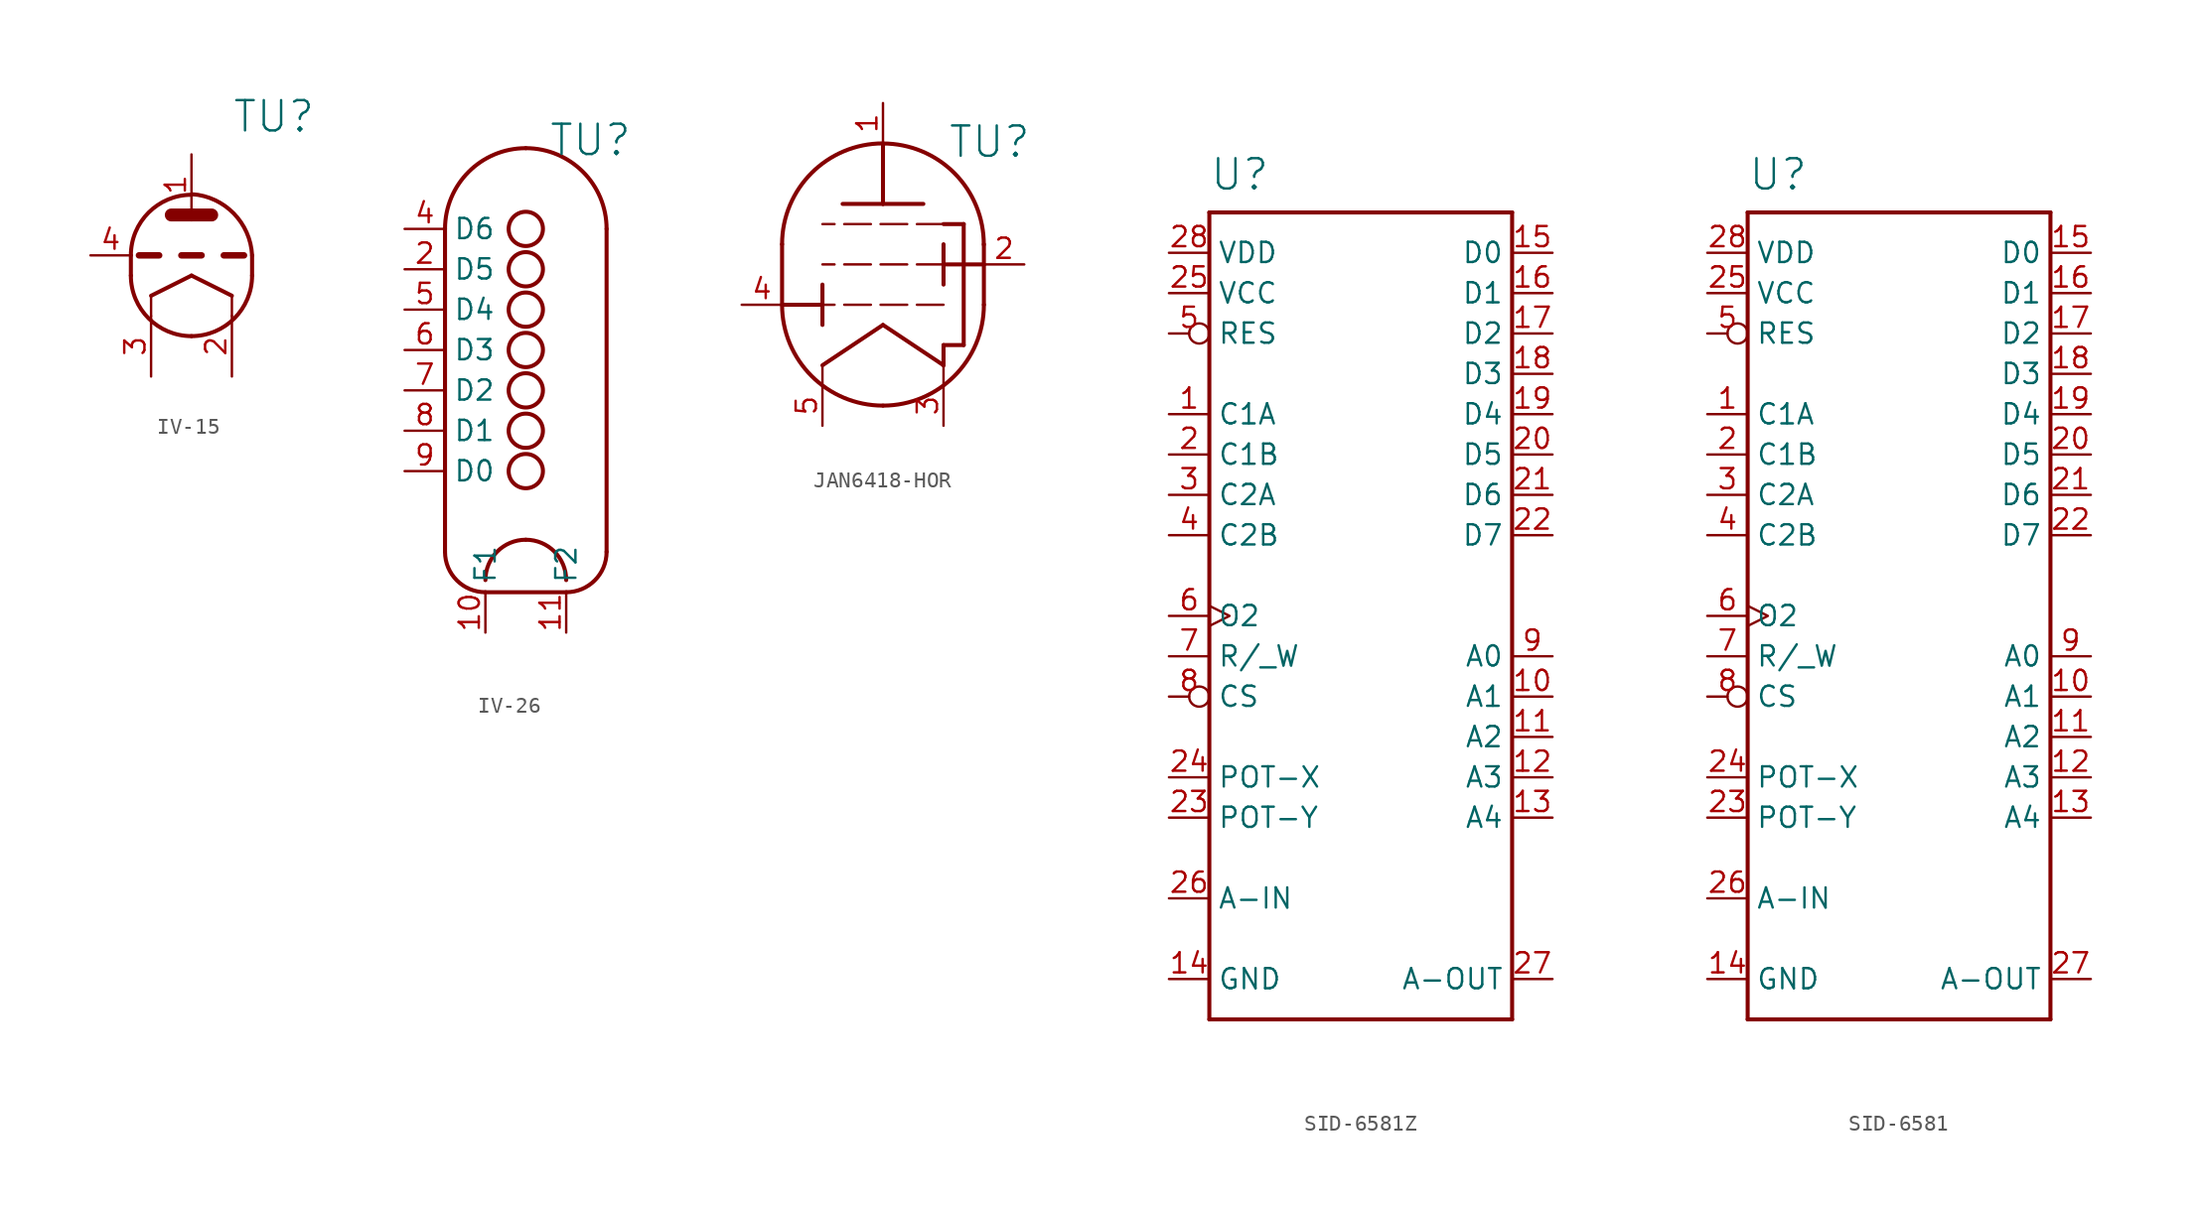
<source format=kicad_sym>
(kicad_symbol_lib
  (version 20231120)
  (generator "kicad_symbol_editor")
  (generator_version "8.0")
  (symbol "IV-15"
    (pin_names hide)
    (property "Reference" "TU"
      (at 2.54 7.62 0)
      (effects (font (size 1.905 1.905)) (justify left bottom)))
    (symbol "IV-15_0_1"
      (polyline (pts (xy -2.54 -2.54) (xy -2.54 -3.81)) (stroke (width 0) (type default)) (fill (type none)))
      (polyline (pts (xy 2.54 -3.81) (xy 2.54 -2.54)) (stroke (width 0) (type default)) (fill (type none))))
    (symbol "IV-15_1_0"
      (arc (start -3.81 -1.27) (mid -2.6941 -3.9641) (end 0 -5.08) (stroke (width 0.254) (type solid)) (fill (type none)))
      (arc (start 0 -5.08) (mid 2.6941 -3.9641) (end 3.81 -1.27) (stroke (width 0.254) (type solid)) (fill (type none)))
      (polyline (pts (xy -3.81 0) (xy -3.81 -1.27)) (stroke (width 0.254) (type solid)) (fill (type none)))
      (polyline (pts (xy -3.302 0) (xy -2.032 0)) (stroke (width 0.406) (type solid)) (fill (type none)))
      (polyline (pts (xy -2.54 -2.54) (xy 0 -1.27)) (stroke (width 0.254) (type solid)) (fill (type none)))
      (polyline (pts (xy -1.27 2.54) (xy 0 2.54)) (stroke (width 0.813) (type solid)) (fill (type none)))
      (polyline (pts (xy -0.635 0) (xy 0.635 0)) (stroke (width 0.406) (type solid)) (fill (type none)))
      (polyline (pts (xy 0 -1.27) (xy 2.54 -2.54)) (stroke (width 0.254) (type solid)) (fill (type none)))
      (polyline (pts (xy 0 2.54) (xy 1.27 2.54)) (stroke (width 0.813) (type solid)) (fill (type none)))
      (polyline (pts (xy 2.032 0) (xy 3.302 0)) (stroke (width 0.406) (type solid)) (fill (type none)))
      (polyline (pts (xy 3.81 -1.27) (xy 3.81 0)) (stroke (width 0.254) (type solid)) (fill (type none)))
      (arc (start 0 3.81) (mid -2.6941 2.6941) (end -3.81 0) (stroke (width 0.254) (type solid)) (fill (type none)))
      (arc (start 3.81 0) (mid 2.6538 2.6392) (end 0.0385 3.8485) (stroke (width 0.254) (type solid)) (fill (type none)))
      (pin bidirectional line (at 0 6.35 270) (length 3.81) (name "A" (effects (font (size 1.27 1.27)))) (number "1" (effects (font (size 1.27 1.27)))))
      (pin power_in line (at 2.54 -7.62 90) (length 3.81) (name "F1" (effects (font (size 1.27 1.27)))) (number "2" (effects (font (size 1.27 1.27)))))
      (pin power_in line (at -2.54 -7.62 90) (length 3.81) (name "F2" (effects (font (size 1.27 1.27)))) (number "3" (effects (font (size 1.27 1.27)))))
      (pin input line (at -6.35 0 0) (length 2.54) (name "G" (effects (font (size 1.27 1.27)))) (number "4" (effects (font (size 1.27 1.27)))))))
  (symbol "IV-26"
    (property "Reference" "TU"
      (at 4.064 23.368 0)
      (effects (font (size 1.905 1.905))))
    (symbol "IV-26_1_0"
      (arc (start -5.08 -2.54) (mid -4.3361 -4.3361) (end -2.54 -5.08) (stroke (width 0.254) (type solid)) (fill (type none)))
      (arc (start 0 -1.778) (mid -1.7961 -2.5219) (end -2.54 -4.318) (stroke (width 0.254) (type solid)) (fill (type none)))
      (polyline (pts (xy -5.08 -2.54) (xy -5.08 17.78)) (stroke (width 0.254) (type solid)) (fill (type none)))
      (polyline (pts (xy 2.54 -5.08) (xy -2.54 -5.08)) (stroke (width 0.254) (type solid)) (fill (type none)))
      (polyline (pts (xy 5.08 17.78) (xy 5.08 -2.54)) (stroke (width 0.254) (type solid)) (fill (type none)))
      (circle (center 0 2.54) (radius 1.078) (stroke (width 0.254) (type solid)) (fill (type none)))
      (circle (center 0 5.08) (radius 1.078) (stroke (width 0.254) (type solid)) (fill (type none)))
      (circle (center 0 7.62) (radius 1.078) (stroke (width 0.254) (type solid)) (fill (type none)))
      (circle (center 0 10.16) (radius 1.078) (stroke (width 0.254) (type solid)) (fill (type none)))
      (circle (center 0 12.7) (radius 1.078) (stroke (width 0.254) (type solid)) (fill (type none)))
      (circle (center 0 15.24) (radius 1.078) (stroke (width 0.254) (type solid)) (fill (type none)))
      (circle (center 0 17.78) (radius 1.078) (stroke (width 0.254) (type solid)) (fill (type none)))
      (arc (start 0 22.86) (mid -3.5921 21.3721) (end -5.08 17.78) (stroke (width 0.254) (type solid)) (fill (type none)))
      (arc (start 2.54 -5.08) (mid 4.3361 -4.3361) (end 5.08 -2.54) (stroke (width 0.254) (type solid)) (fill (type none)))
      (arc (start 2.54 -4.318) (mid 1.7961 -2.5219) (end 0 -1.778) (stroke (width 0.254) (type solid)) (fill (type none)))
      (arc (start 5.08 17.78) (mid 3.5921 21.3721) (end 0 22.86) (stroke (width 0.254) (type solid)) (fill (type none)))
      (pin power_in line (at -2.54 -7.62 90) (length 2.54) (name "F1" (effects (font (size 1.27 1.27)))) (number "10" (effects (font (size 1.27 1.27)))))
      (pin power_in line (at 2.54 -7.62 90) (length 2.54) (name "F2" (effects (font (size 1.27 1.27)))) (number "11" (effects (font (size 1.27 1.27)))))
      (pin input line (at -7.62 15.24 0) (length 2.54) (name "D5" (effects (font (size 1.27 1.27)))) (number "2" (effects (font (size 1.27 1.27)))))
      (pin input line (at -7.62 17.78 0) (length 2.54) (name "D6" (effects (font (size 1.27 1.27)))) (number "4" (effects (font (size 1.27 1.27)))))
      (pin input line (at -7.62 12.7 0) (length 2.54) (name "D4" (effects (font (size 1.27 1.27)))) (number "5" (effects (font (size 1.27 1.27)))))
      (pin input line (at -7.62 10.16 0) (length 2.54) (name "D3" (effects (font (size 1.27 1.27)))) (number "6" (effects (font (size 1.27 1.27)))))
      (pin input line (at -7.62 7.62 0) (length 2.54) (name "D2" (effects (font (size 1.27 1.27)))) (number "7" (effects (font (size 1.27 1.27)))))
      (pin input line (at -7.62 5.08 0) (length 2.54) (name "D1" (effects (font (size 1.27 1.27)))) (number "8" (effects (font (size 1.27 1.27)))))
      (pin input line (at -7.62 2.54 0) (length 2.54) (name "D0" (effects (font (size 1.27 1.27)))) (number "9" (effects (font (size 1.27 1.27)))))))
  (symbol "JAN6418-HOR"
    (pin_names hide)
    (property "Reference" "TU"
      (at 4.064 6.604 0)
      (effects (font (size 1.905 1.905)) (justify left bottom)))
    (symbol "JAN6418-HOR_0_1"
      (polyline (pts (xy -3.81 -6.35) (xy -3.81 -7.62)) (stroke (width 0) (type default)) (fill (type none)))
      (polyline (pts (xy 3.81 -6.35) (xy 3.81 -7.62)) (stroke (width 0) (type default)) (fill (type none)))
      (polyline (pts (xy 3.81 -2.54) (xy -3.81 -2.54)) (stroke (width 0) (type dash)) (fill (type none)))
      (polyline (pts (xy 3.81 0) (xy -3.81 0)) (stroke (width 0) (type dash)) (fill (type none)))
      (polyline (pts (xy 3.81 2.54) (xy -3.81 2.54)) (stroke (width 0) (type dash)) (fill (type none))))
    (symbol "JAN6418-HOR_1_0"
      (arc (start -6.35 -2.54) (mid -4.4901 -7.0301) (end 0 -8.89) (stroke (width 0.254) (type solid)) (fill (type none)))
      (arc (start 0 -8.89) (mid 4.4901 -7.0301) (end 6.35 -2.54) (stroke (width 0.254) (type solid)) (fill (type none)))
      (polyline (pts (xy -6.35 -2.54) (xy -6.35 1.27)) (stroke (width 0.254) (type solid)) (fill (type none)))
      (polyline (pts (xy -3.81 -6.35) (xy 0 -3.81)) (stroke (width 0.254) (type solid)) (fill (type none)))
      (polyline (pts (xy -3.81 -2.54) (xy -6.35 -2.54)) (stroke (width 0.254) (type solid)) (fill (type none)))
      (polyline (pts (xy -3.81 -1.27) (xy -3.81 -3.81)) (stroke (width 0.254) (type solid)) (fill (type none)))
      (polyline (pts (xy -2.54 3.81) (xy 0 3.81)) (stroke (width 0.254) (type solid)) (fill (type none)))
      (polyline (pts (xy 0 -3.81) (xy 3.81 -6.35)) (stroke (width 0.254) (type solid)) (fill (type none)))
      (polyline (pts (xy 0 3.81) (xy 0 7.62)) (stroke (width 0.254) (type solid)) (fill (type none)))
      (polyline (pts (xy 0 3.81) (xy 2.54 3.81)) (stroke (width 0.254) (type solid)) (fill (type none)))
      (polyline (pts (xy 3.81 -6.35) (xy 3.81 -5.08)) (stroke (width 0.254) (type solid)) (fill (type none)))
      (polyline (pts (xy 3.81 1.27) (xy 3.81 -1.27)) (stroke (width 0.254) (type solid)) (fill (type none)))
      (polyline (pts (xy 5.08 -5.08) (xy 3.81 -5.08)) (stroke (width 0.254) (type solid)) (fill (type none)))
      (polyline (pts (xy 5.08 -5.08) (xy 5.08 2.54)) (stroke (width 0.254) (type solid)) (fill (type none)))
      (polyline (pts (xy 5.08 2.54) (xy 3.81 2.54)) (stroke (width 0.254) (type solid)) (fill (type none)))
      (polyline (pts (xy 6.35 0) (xy 3.81 0)) (stroke (width 0.254) (type solid)) (fill (type none)))
      (polyline (pts (xy 6.35 0) (xy 6.35 -2.54)) (stroke (width 0.254) (type solid)) (fill (type none)))
      (polyline (pts (xy 6.35 1.27) (xy 6.35 0)) (stroke (width 0.254) (type solid)) (fill (type none)))
      (arc (start 0 7.62) (mid -4.4901 5.7601) (end -6.35 1.27) (stroke (width 0.254) (type solid)) (fill (type none)))
      (arc (start 6.344 1.2463) (mid 4.4964 5.7454) (end 0.0059 7.6141) (stroke (width 0.254) (type solid)) (fill (type none)))
      (pin bidirectional line (at 0 10.16 270) (length 2.54) (name "ANO" (effects (font (size 0 0)))) (number "1" (effects (font (size 1.27 1.27)))))
      (pin bidirectional line (at 8.89 0 180) (length 2.54) (name "GR2" (effects (font (size 0 0)))) (number "2" (effects (font (size 1.27 1.27)))))
      (pin bidirectional line (at 3.81 -10.16 90) (length 2.54) (name "FIL1" (effects (font (size 0 0)))) (number "3" (effects (font (size 1.27 1.27)))))
      (pin bidirectional line (at -8.89 -2.54 0) (length 2.54) (name "GR1" (effects (font (size 0 0)))) (number "4" (effects (font (size 1.27 1.27)))))
      (pin bidirectional line (at -3.81 -10.16 90) (length 2.54) (name "FIL2" (effects (font (size 0 0)))) (number "5" (effects (font (size 1.27 1.27)))))))
  (symbol "SID-6581Z"
    (property "Reference" "U"
      (at -10.16 25.4 0)
      (effects (font (size 1.905 1.905)) (justify left bottom)))
    (symbol "SID-6581Z_1_0"
      (polyline (pts (xy -10.16 -26.67) (xy 8.89 -26.67)) (stroke (width 0.254) (type solid)) (fill (type none)))
      (polyline (pts (xy -10.16 24.13) (xy -10.16 -26.67)) (stroke (width 0.254) (type solid)) (fill (type none)))
      (polyline (pts (xy 8.89 -26.67) (xy 8.89 24.13)) (stroke (width 0.254) (type solid)) (fill (type none)))
      (polyline (pts (xy 8.89 24.13) (xy -10.16 24.13)) (stroke (width 0.254) (type solid)) (fill (type none)))
      (pin bidirectional line (at -12.7 11.43 0) (length 2.54) (name "C1A" (effects (font (size 1.27 1.27)))) (number "1" (effects (font (size 1.27 1.27)))))
      (pin bidirectional line (at 11.43 -6.35 180) (length 2.54) (name "A1" (effects (font (size 1.27 1.27)))) (number "10" (effects (font (size 1.27 1.27)))))
      (pin bidirectional line (at 11.43 -8.89 180) (length 2.54) (name "A2" (effects (font (size 1.27 1.27)))) (number "11" (effects (font (size 1.27 1.27)))))
      (pin bidirectional line (at 11.43 -11.43 180) (length 2.54) (name "A3" (effects (font (size 1.27 1.27)))) (number "12" (effects (font (size 1.27 1.27)))))
      (pin bidirectional line (at 11.43 -13.97 180) (length 2.54) (name "A4" (effects (font (size 1.27 1.27)))) (number "13" (effects (font (size 1.27 1.27)))))
      (pin bidirectional line (at -12.7 -24.13 0) (length 2.54) (name "GND" (effects (font (size 1.27 1.27)))) (number "14" (effects (font (size 1.27 1.27)))))
      (pin bidirectional line (at 11.43 21.59 180) (length 2.54) (name "D0" (effects (font (size 1.27 1.27)))) (number "15" (effects (font (size 1.27 1.27)))))
      (pin bidirectional line (at 11.43 19.05 180) (length 2.54) (name "D1" (effects (font (size 1.27 1.27)))) (number "16" (effects (font (size 1.27 1.27)))))
      (pin bidirectional line (at 11.43 16.51 180) (length 2.54) (name "D2" (effects (font (size 1.27 1.27)))) (number "17" (effects (font (size 1.27 1.27)))))
      (pin bidirectional line (at 11.43 13.97 180) (length 2.54) (name "D3" (effects (font (size 1.27 1.27)))) (number "18" (effects (font (size 1.27 1.27)))))
      (pin bidirectional line (at 11.43 11.43 180) (length 2.54) (name "D4" (effects (font (size 1.27 1.27)))) (number "19" (effects (font (size 1.27 1.27)))))
      (pin bidirectional line (at -12.7 8.89 0) (length 2.54) (name "C1B" (effects (font (size 1.27 1.27)))) (number "2" (effects (font (size 1.27 1.27)))))
      (pin bidirectional line (at 11.43 8.89 180) (length 2.54) (name "D5" (effects (font (size 1.27 1.27)))) (number "20" (effects (font (size 1.27 1.27)))))
      (pin bidirectional line (at 11.43 6.35 180) (length 2.54) (name "D6" (effects (font (size 1.27 1.27)))) (number "21" (effects (font (size 1.27 1.27)))))
      (pin bidirectional line (at 11.43 3.81 180) (length 2.54) (name "D7" (effects (font (size 1.27 1.27)))) (number "22" (effects (font (size 1.27 1.27)))))
      (pin bidirectional line (at -12.7 -13.97 0) (length 2.54) (name "POT-Y" (effects (font (size 1.27 1.27)))) (number "23" (effects (font (size 1.27 1.27)))))
      (pin bidirectional line (at -12.7 -11.43 0) (length 2.54) (name "POT-X" (effects (font (size 1.27 1.27)))) (number "24" (effects (font (size 1.27 1.27)))))
      (pin bidirectional line (at -12.7 19.05 0) (length 2.54) (name "VCC" (effects (font (size 1.27 1.27)))) (number "25" (effects (font (size 1.27 1.27)))))
      (pin bidirectional line (at -12.7 -19.05 0) (length 2.54) (name "A-IN" (effects (font (size 1.27 1.27)))) (number "26" (effects (font (size 1.27 1.27)))))
      (pin bidirectional line (at 11.43 -24.13 180) (length 2.54) (name "A-OUT" (effects (font (size 1.27 1.27)))) (number "27" (effects (font (size 1.27 1.27)))))
      (pin bidirectional line (at -12.7 21.59 0) (length 2.54) (name "VDD" (effects (font (size 1.27 1.27)))) (number "28" (effects (font (size 1.27 1.27)))))
      (pin bidirectional line (at -12.7 6.35 0) (length 2.54) (name "C2A" (effects (font (size 1.27 1.27)))) (number "3" (effects (font (size 1.27 1.27)))))
      (pin bidirectional line (at -12.7 3.81 0) (length 2.54) (name "C2B" (effects (font (size 1.27 1.27)))) (number "4" (effects (font (size 1.27 1.27)))))
      (pin input inverted (at -12.7 16.51 0) (length 2.54) (name "RES" (effects (font (size 1.27 1.27)))) (number "5" (effects (font (size 1.27 1.27)))))
      (pin bidirectional clock (at -12.7 -1.27 0) (length 2.54) (name "O2" (effects (font (size 1.27 1.27)))) (number "6" (effects (font (size 1.27 1.27)))))
      (pin bidirectional line (at -12.7 -3.81 0) (length 2.54) (name "R/_W" (effects (font (size 1.27 1.27)))) (number "7" (effects (font (size 1.27 1.27)))))
      (pin bidirectional inverted (at -12.7 -6.35 0) (length 2.54) (name "CS" (effects (font (size 1.27 1.27)))) (number "8" (effects (font (size 1.27 1.27)))))
      (pin bidirectional line (at 11.43 -3.81 180) (length 2.54) (name "A0" (effects (font (size 1.27 1.27)))) (number "9" (effects (font (size 1.27 1.27)))))))
  (symbol "SID-6581"
    (property "Reference" "U"
      (at -10.16 25.4 0)
      (effects (font (size 1.905 1.905)) (justify left bottom)))
    (symbol "SID-6581_1_0"
      (polyline (pts (xy -10.16 -26.67) (xy 8.89 -26.67)) (stroke (width 0.254) (type solid)) (fill (type none)))
      (polyline (pts (xy -10.16 24.13) (xy -10.16 -26.67)) (stroke (width 0.254) (type solid)) (fill (type none)))
      (polyline (pts (xy 8.89 -26.67) (xy 8.89 24.13)) (stroke (width 0.254) (type solid)) (fill (type none)))
      (polyline (pts (xy 8.89 24.13) (xy -10.16 24.13)) (stroke (width 0.254) (type solid)) (fill (type none)))
      (pin bidirectional line (at -12.7 11.43 0) (length 2.54) (name "C1A" (effects (font (size 1.27 1.27)))) (number "1" (effects (font (size 1.27 1.27)))))
      (pin bidirectional line (at 11.43 -6.35 180) (length 2.54) (name "A1" (effects (font (size 1.27 1.27)))) (number "10" (effects (font (size 1.27 1.27)))))
      (pin bidirectional line (at 11.43 -8.89 180) (length 2.54) (name "A2" (effects (font (size 1.27 1.27)))) (number "11" (effects (font (size 1.27 1.27)))))
      (pin bidirectional line (at 11.43 -11.43 180) (length 2.54) (name "A3" (effects (font (size 1.27 1.27)))) (number "12" (effects (font (size 1.27 1.27)))))
      (pin bidirectional line (at 11.43 -13.97 180) (length 2.54) (name "A4" (effects (font (size 1.27 1.27)))) (number "13" (effects (font (size 1.27 1.27)))))
      (pin bidirectional line (at -12.7 -24.13 0) (length 2.54) (name "GND" (effects (font (size 1.27 1.27)))) (number "14" (effects (font (size 1.27 1.27)))))
      (pin bidirectional line (at 11.43 21.59 180) (length 2.54) (name "D0" (effects (font (size 1.27 1.27)))) (number "15" (effects (font (size 1.27 1.27)))))
      (pin bidirectional line (at 11.43 19.05 180) (length 2.54) (name "D1" (effects (font (size 1.27 1.27)))) (number "16" (effects (font (size 1.27 1.27)))))
      (pin bidirectional line (at 11.43 16.51 180) (length 2.54) (name "D2" (effects (font (size 1.27 1.27)))) (number "17" (effects (font (size 1.27 1.27)))))
      (pin bidirectional line (at 11.43 13.97 180) (length 2.54) (name "D3" (effects (font (size 1.27 1.27)))) (number "18" (effects (font (size 1.27 1.27)))))
      (pin bidirectional line (at 11.43 11.43 180) (length 2.54) (name "D4" (effects (font (size 1.27 1.27)))) (number "19" (effects (font (size 1.27 1.27)))))
      (pin bidirectional line (at -12.7 8.89 0) (length 2.54) (name "C1B" (effects (font (size 1.27 1.27)))) (number "2" (effects (font (size 1.27 1.27)))))
      (pin bidirectional line (at 11.43 8.89 180) (length 2.54) (name "D5" (effects (font (size 1.27 1.27)))) (number "20" (effects (font (size 1.27 1.27)))))
      (pin bidirectional line (at 11.43 6.35 180) (length 2.54) (name "D6" (effects (font (size 1.27 1.27)))) (number "21" (effects (font (size 1.27 1.27)))))
      (pin bidirectional line (at 11.43 3.81 180) (length 2.54) (name "D7" (effects (font (size 1.27 1.27)))) (number "22" (effects (font (size 1.27 1.27)))))
      (pin bidirectional line (at -12.7 -13.97 0) (length 2.54) (name "POT-Y" (effects (font (size 1.27 1.27)))) (number "23" (effects (font (size 1.27 1.27)))))
      (pin bidirectional line (at -12.7 -11.43 0) (length 2.54) (name "POT-X" (effects (font (size 1.27 1.27)))) (number "24" (effects (font (size 1.27 1.27)))))
      (pin bidirectional line (at -12.7 19.05 0) (length 2.54) (name "VCC" (effects (font (size 1.27 1.27)))) (number "25" (effects (font (size 1.27 1.27)))))
      (pin bidirectional line (at -12.7 -19.05 0) (length 2.54) (name "A-IN" (effects (font (size 1.27 1.27)))) (number "26" (effects (font (size 1.27 1.27)))))
      (pin bidirectional line (at 11.43 -24.13 180) (length 2.54) (name "A-OUT" (effects (font (size 1.27 1.27)))) (number "27" (effects (font (size 1.27 1.27)))))
      (pin bidirectional line (at -12.7 21.59 0) (length 2.54) (name "VDD" (effects (font (size 1.27 1.27)))) (number "28" (effects (font (size 1.27 1.27)))))
      (pin bidirectional line (at -12.7 6.35 0) (length 2.54) (name "C2A" (effects (font (size 1.27 1.27)))) (number "3" (effects (font (size 1.27 1.27)))))
      (pin bidirectional line (at -12.7 3.81 0) (length 2.54) (name "C2B" (effects (font (size 1.27 1.27)))) (number "4" (effects (font (size 1.27 1.27)))))
      (pin input inverted (at -12.7 16.51 0) (length 2.54) (name "RES" (effects (font (size 1.27 1.27)))) (number "5" (effects (font (size 1.27 1.27)))))
      (pin bidirectional clock (at -12.7 -1.27 0) (length 2.54) (name "O2" (effects (font (size 1.27 1.27)))) (number "6" (effects (font (size 1.27 1.27)))))
      (pin bidirectional line (at -12.7 -3.81 0) (length 2.54) (name "R/_W" (effects (font (size 1.27 1.27)))) (number "7" (effects (font (size 1.27 1.27)))))
      (pin bidirectional inverted (at -12.7 -6.35 0) (length 2.54) (name "CS" (effects (font (size 1.27 1.27)))) (number "8" (effects (font (size 1.27 1.27)))))
      (pin bidirectional line (at 11.43 -3.81 180) (length 2.54) (name "A0" (effects (font (size 1.27 1.27)))) (number "9" (effects (font (size 1.27 1.27))))))))
</source>
